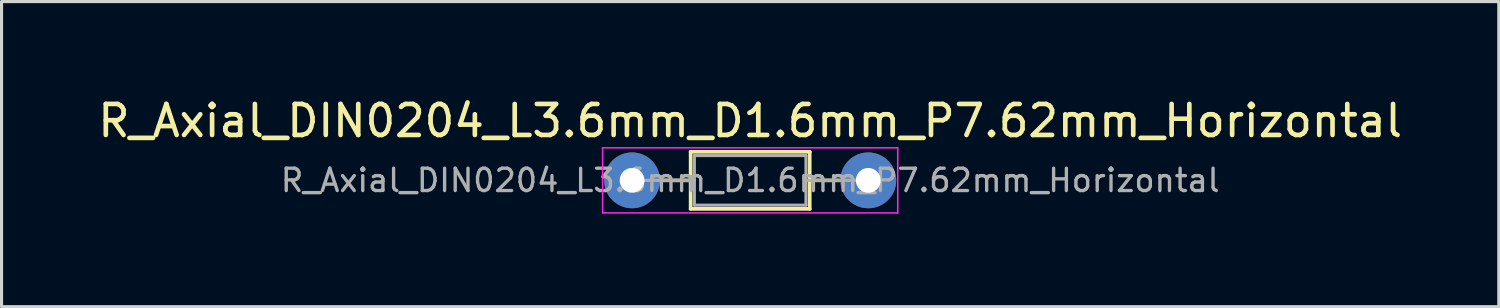
<source format=kicad_pcb>
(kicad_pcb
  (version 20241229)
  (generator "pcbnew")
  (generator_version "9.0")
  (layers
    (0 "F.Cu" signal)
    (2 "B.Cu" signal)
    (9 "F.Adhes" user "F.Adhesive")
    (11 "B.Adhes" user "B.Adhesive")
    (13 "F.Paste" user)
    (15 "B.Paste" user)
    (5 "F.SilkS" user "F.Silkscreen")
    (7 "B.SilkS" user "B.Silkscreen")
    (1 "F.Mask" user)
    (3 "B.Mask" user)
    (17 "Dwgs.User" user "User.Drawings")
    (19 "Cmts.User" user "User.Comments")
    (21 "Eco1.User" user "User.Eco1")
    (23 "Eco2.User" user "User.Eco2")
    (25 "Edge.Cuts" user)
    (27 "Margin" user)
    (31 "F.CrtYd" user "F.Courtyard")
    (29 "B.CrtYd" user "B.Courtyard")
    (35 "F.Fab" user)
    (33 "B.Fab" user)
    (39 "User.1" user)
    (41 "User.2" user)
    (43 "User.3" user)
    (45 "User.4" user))
  (footprint "R_Axial_DIN0204_L3.6mm_D1.6mm_P7.62mm_Horizontal"
    (layer "F.Cu")
    (at 17.339 2.768)
    (property "Reference" "R_Axial_DIN0204_L3.6mm_D1.6mm_P7.62mm_Horizontal" (at 3.81 -1.92 180) (layer "F.SilkS") (effects (font (size 1 1) (thickness 0.15))))
    (attr through_hole)
    (fp_line (start 0.94 0) (end 1.89 0) (stroke (width 0.12) (type solid)) (layer "F.SilkS"))
    (fp_line (start 1.89 -0.92) (end 1.89 0.92) (stroke (width 0.12) (type solid)) (layer "F.SilkS"))
    (fp_line (start 1.89 0.92) (end 5.73 0.92) (stroke (width 0.12) (type solid)) (layer "F.SilkS"))
    (fp_line (start 5.73 -0.92) (end 1.89 -0.92) (stroke (width 0.12) (type solid)) (layer "F.SilkS"))
    (fp_line (start 5.73 0.92) (end 5.73 -0.92) (stroke (width 0.12) (type solid)) (layer "F.SilkS"))
    (fp_line (start 6.68 0) (end 5.73 0) (stroke (width 0.12) (type solid)) (layer "F.SilkS"))
    (fp_line (start -0.95 -1.05) (end -0.95 1.05) (stroke (width 0.05) (type solid)) (layer "F.CrtYd"))
    (fp_line (start -0.95 1.05) (end 8.57 1.05) (stroke (width 0.05) (type solid)) (layer "F.CrtYd"))
    (fp_line (start 8.57 -1.05) (end -0.95 -1.05) (stroke (width 0.05) (type solid)) (layer "F.CrtYd"))
    (fp_line (start 8.57 1.05) (end 8.57 -1.05) (stroke (width 0.05) (type solid)) (layer "F.CrtYd"))
    (fp_line (start 0 0) (end 2.01 0) (stroke (width 0.1) (type solid)) (layer "F.Fab"))
    (fp_line (start 2.01 -0.8) (end 2.01 0.8) (stroke (width 0.1) (type solid)) (layer "F.Fab"))
    (fp_line (start 2.01 0.8) (end 5.61 0.8) (stroke (width 0.1) (type solid)) (layer "F.Fab"))
    (fp_line (start 5.61 -0.8) (end 2.01 -0.8) (stroke (width 0.1) (type solid)) (layer "F.Fab"))
    (fp_line (start 5.61 0.8) (end 5.61 -0.8) (stroke (width 0.1) (type solid)) (layer "F.Fab"))
    (fp_line (start 7.62 0) (end 5.61 0) (stroke (width 0.1) (type solid)) (layer "F.Fab"))
    (fp_text user "${REFERENCE}" (at 3.81 0 180) (layer "F.Fab") (effects (font (size 0.72 0.72) (thickness 0.108))))
    (pad "1" thru_hole circle (at 0 0) (size 1.8 1.8) (drill 0.8) (layers "*.Cu" "*.Mask"))
    (pad "2" thru_hole circle (at 7.62 0) (size 1.8 1.8) (drill 0.8) (layers "*.Cu" "*.Mask")))
  (gr_rect
    (start -3 -3)
    (end 45.298 6.843)
    (stroke (width 0.1) (type default))
    (fill no)
    (layer "Edge.Cuts")))
</source>
